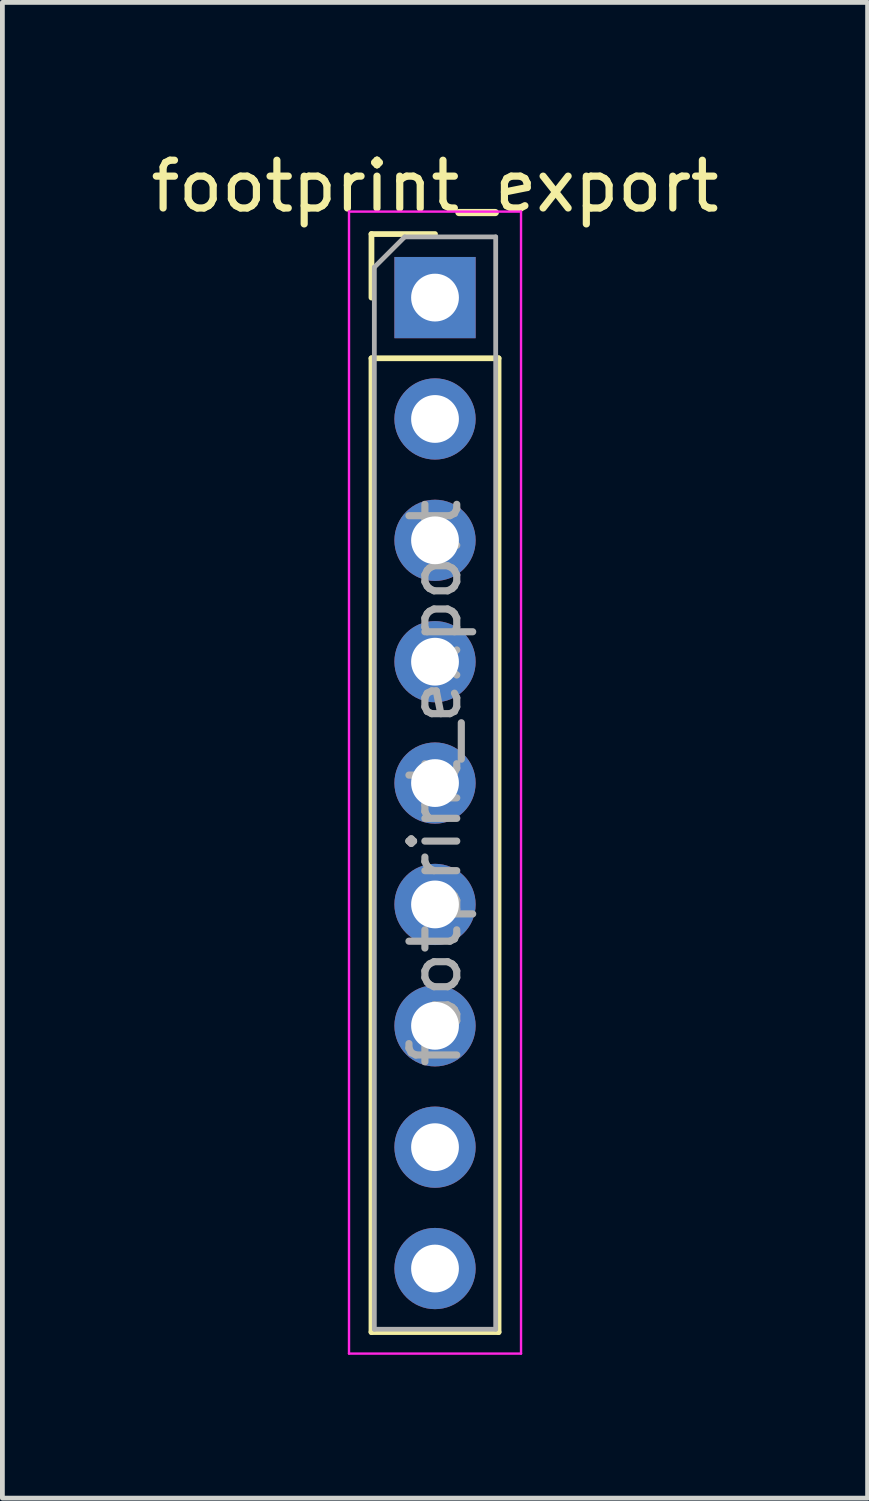
<source format=kicad_pcb>
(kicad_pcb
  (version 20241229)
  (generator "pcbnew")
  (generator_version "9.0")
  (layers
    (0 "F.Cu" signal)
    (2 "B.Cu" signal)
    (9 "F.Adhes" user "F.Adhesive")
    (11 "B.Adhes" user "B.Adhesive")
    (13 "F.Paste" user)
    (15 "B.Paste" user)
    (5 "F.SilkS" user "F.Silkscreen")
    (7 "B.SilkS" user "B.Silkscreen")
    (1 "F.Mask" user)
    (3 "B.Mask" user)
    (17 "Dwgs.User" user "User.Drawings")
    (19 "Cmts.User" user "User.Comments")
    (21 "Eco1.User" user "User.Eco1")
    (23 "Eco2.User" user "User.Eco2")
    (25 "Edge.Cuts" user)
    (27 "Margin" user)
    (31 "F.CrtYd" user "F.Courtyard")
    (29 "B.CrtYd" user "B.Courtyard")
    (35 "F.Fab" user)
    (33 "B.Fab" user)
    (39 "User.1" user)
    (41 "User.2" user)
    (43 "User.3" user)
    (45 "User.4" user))
  (footprint "footprint_export"
    (layer "F.Cu")
    (at 6.054 3.178)
    (property "Reference" "footprint_export" (at 0 -2.33 0) (layer "F.SilkS") (effects (font (size 1 1) (thickness 0.15))))
    (attr through_hole)
    (fp_line (start -1.33 -1.33) (end 0 -1.33) (stroke (width 0.12) (type solid)) (layer "F.SilkS"))
    (fp_line (start -1.33 0) (end -1.33 -1.33) (stroke (width 0.12) (type solid)) (layer "F.SilkS"))
    (fp_line (start -1.33 1.27) (end -1.33 21.65) (stroke (width 0.12) (type solid)) (layer "F.SilkS"))
    (fp_line (start -1.33 1.27) (end 1.33 1.27) (stroke (width 0.12) (type solid)) (layer "F.SilkS"))
    (fp_line (start -1.33 21.65) (end 1.33 21.65) (stroke (width 0.12) (type solid)) (layer "F.SilkS"))
    (fp_line (start 1.33 1.27) (end 1.33 21.65) (stroke (width 0.12) (type solid)) (layer "F.SilkS"))
    (fp_line (start -1.8 -1.8) (end -1.8 22.1) (stroke (width 0.05) (type solid)) (layer "F.CrtYd"))
    (fp_line (start -1.8 22.1) (end 1.8 22.1) (stroke (width 0.05) (type solid)) (layer "F.CrtYd"))
    (fp_line (start 1.8 -1.8) (end -1.8 -1.8) (stroke (width 0.05) (type solid)) (layer "F.CrtYd"))
    (fp_line (start 1.8 22.1) (end 1.8 -1.8) (stroke (width 0.05) (type solid)) (layer "F.CrtYd"))
    (fp_line (start -1.27 -0.635) (end -0.635 -1.27) (stroke (width 0.1) (type solid)) (layer "F.Fab"))
    (fp_line (start -1.27 21.59) (end -1.27 -0.635) (stroke (width 0.1) (type solid)) (layer "F.Fab"))
    (fp_line (start -0.635 -1.27) (end 1.27 -1.27) (stroke (width 0.1) (type solid)) (layer "F.Fab"))
    (fp_line (start 1.27 -1.27) (end 1.27 21.59) (stroke (width 0.1) (type solid)) (layer "F.Fab"))
    (fp_line (start 1.27 21.59) (end -1.27 21.59) (stroke (width 0.1) (type solid)) (layer "F.Fab"))
    (fp_text user "${REFERENCE}" (at 0 10.16 90) (layer "F.Fab") (effects (font (size 1 1) (thickness 0.15))))
    (pad "1" thru_hole rect (at 0 0) (size 1.7 1.7) (drill 1) (layers "*.Cu" "*.Mask"))
    (pad "2" thru_hole oval (at 0 2.54) (size 1.7 1.7) (drill 1) (layers "*.Cu" "*.Mask"))
    (pad "3" thru_hole oval (at 0 5.08) (size 1.7 1.7) (drill 1) (layers "*.Cu" "*.Mask"))
    (pad "4" thru_hole oval (at 0 7.62) (size 1.7 1.7) (drill 1) (layers "*.Cu" "*.Mask"))
    (pad "5" thru_hole oval (at 0 10.16) (size 1.7 1.7) (drill 1) (layers "*.Cu" "*.Mask"))
    (pad "6" thru_hole oval (at 0 12.7) (size 1.7 1.7) (drill 1) (layers "*.Cu" "*.Mask"))
    (pad "7" thru_hole oval (at 0 15.24) (size 1.7 1.7) (drill 1) (layers "*.Cu" "*.Mask"))
    (pad "8" thru_hole oval (at 0 17.78) (size 1.7 1.7) (drill 1) (layers "*.Cu" "*.Mask"))
    (pad "9" thru_hole oval (at 0 20.32) (size 1.7 1.7) (drill 1) (layers "*.Cu" "*.Mask")))
  (gr_rect
    (start -3 -3)
    (end 15.107 28.303)
    (stroke (width 0.1) (type default))
    (fill no)
    (layer "Edge.Cuts")))
</source>
